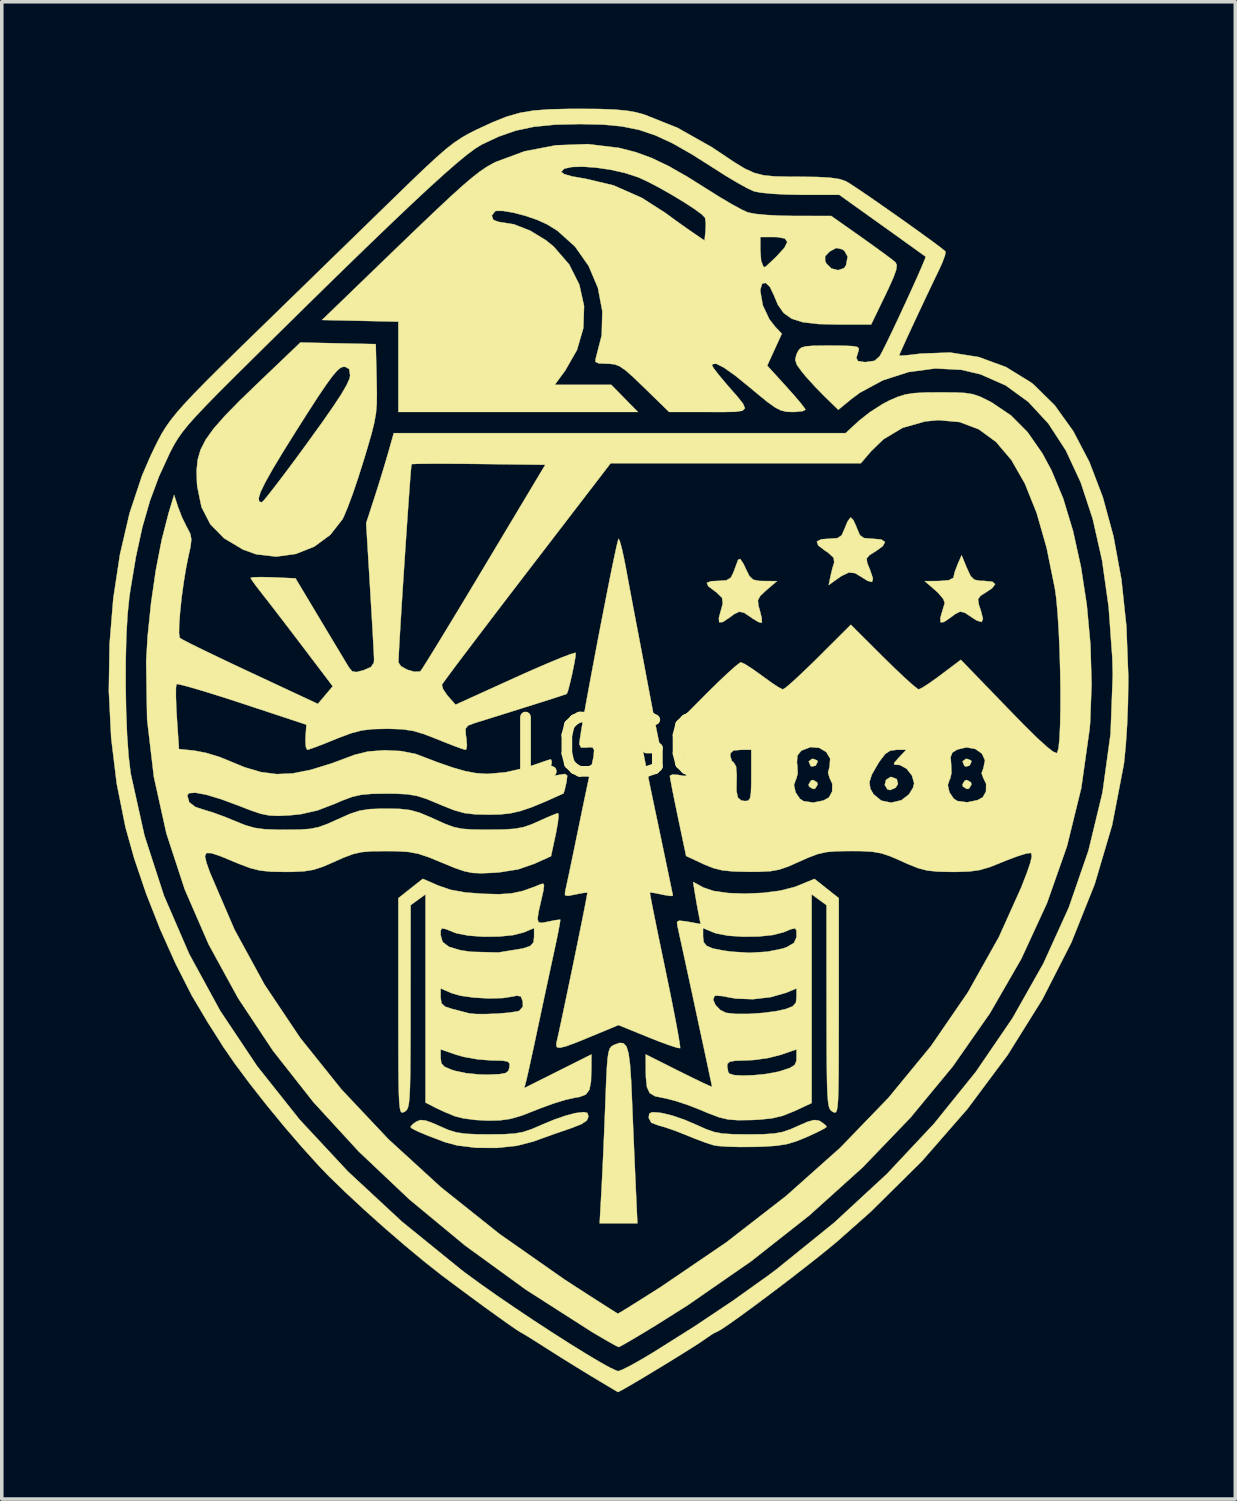
<source format=kicad_pcb>
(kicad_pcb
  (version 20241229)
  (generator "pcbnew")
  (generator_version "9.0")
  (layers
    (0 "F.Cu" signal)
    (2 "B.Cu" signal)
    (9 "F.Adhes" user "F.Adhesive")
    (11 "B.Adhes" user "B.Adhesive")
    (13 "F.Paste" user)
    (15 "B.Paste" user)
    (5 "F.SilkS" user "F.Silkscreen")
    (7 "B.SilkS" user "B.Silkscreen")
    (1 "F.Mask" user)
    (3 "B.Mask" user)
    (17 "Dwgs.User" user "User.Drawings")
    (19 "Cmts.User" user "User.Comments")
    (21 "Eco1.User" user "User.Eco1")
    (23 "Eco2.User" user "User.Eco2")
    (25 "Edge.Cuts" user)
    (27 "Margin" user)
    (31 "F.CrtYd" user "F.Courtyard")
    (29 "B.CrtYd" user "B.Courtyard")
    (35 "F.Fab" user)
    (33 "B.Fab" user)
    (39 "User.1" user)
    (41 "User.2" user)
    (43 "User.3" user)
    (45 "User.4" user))
  (footprint "LOGO"
    (layer "F.Cu")
    (at 14.313 17.912)
    (property "Reference" "LOGO" (at 0 0 0) (layer "F.SilkS") (effects (font (size 1.524 1.524) (thickness 0.3))))
    (attr through_hole)
    (fp_poly (pts (xy 5.573 0.999) (xy 5.588 1.058) (xy 5.52 1.171) (xy 5.461 1.185) (xy 5.349 1.118) (xy 5.334 1.058) (xy 5.402 0.946) (xy 5.461 0.931) (xy 5.573 0.999)) (stroke (width 0.01) (type solid)) (fill yes) (layer "F.SilkS"))
    (fp_poly (pts (xy 5.574 0.382) (xy 5.588 0.418) (xy 5.532 0.529) (xy 5.423 0.555) (xy 5.388 0.534) (xy 5.337 0.411) (xy 5.427 0.341) (xy 5.461 0.339) (xy 5.574 0.382)) (stroke (width 0.01) (type solid)) (fill yes) (layer "F.SilkS"))
    (fp_poly (pts (xy 9.891 0.999) (xy 9.906 1.058) (xy 9.838 1.171) (xy 9.779 1.185) (xy 9.667 1.118) (xy 9.652 1.058) (xy 9.72 0.946) (xy 9.779 0.931) (xy 9.891 0.999)) (stroke (width 0.01) (type solid)) (fill yes) (layer "F.SilkS"))
    (fp_poly (pts (xy 9.892 0.382) (xy 9.906 0.418) (xy 9.85 0.529) (xy 9.741 0.555) (xy 9.706 0.534) (xy 9.655 0.411) (xy 9.745 0.341) (xy 9.779 0.339) (xy 9.892 0.382)) (stroke (width 0.01) (type solid)) (fill yes) (layer "F.SilkS"))
    (fp_poly (pts (xy 7.809 0.906) (xy 7.842 1.042) (xy 7.778 1.148) (xy 7.621 1.216) (xy 7.544 1.191) (xy 7.471 1.069) (xy 7.508 0.928) (xy 7.63 0.848) (xy 7.655 0.847) (xy 7.809 0.906)) (stroke (width 0.01) (type solid)) (fill yes) (layer "F.SilkS"))
    (fp_poly (pts (xy 0.141 8.322) (xy 0.222 8.414) (xy 0.28 8.605) (xy 0.321 8.914) (xy 0.352 9.36) (xy 0.372 9.802) (xy 0.396 10.383) (xy 0.423 11.022) (xy 0.45 11.646) (xy 0.474 12.184) (xy 0.477 12.255) (xy 0.528 13.377) (xy -0.531 13.377) (xy -0.478 12.425) (xy -0.457 12.004) (xy -0.432 11.469) (xy -0.406 10.874) (xy -0.382 10.275) (xy -0.37 9.962) (xy -0.349 9.423) (xy -0.33 9.028) (xy -0.309 8.754) (xy -0.282 8.575) (xy -0.246 8.467) (xy -0.195 8.406) (xy -0.127 8.367) (xy -0.117 8.362) (xy 0.03 8.311) (xy 0.141 8.322)) (stroke (width 0.01) (type solid)) (fill yes) (layer "F.SilkS"))
    (fp_poly (pts (xy 9.777 -5.016) (xy 9.88 -4.795) (xy 9.986 -4.69) (xy 10.152 -4.658) (xy 10.254 -4.657) (xy 10.493 -4.633) (xy 10.57 -4.564) (xy 10.484 -4.451) (xy 10.329 -4.347) (xy 10.157 -4.237) (xy 10.09 -4.141) (xy 10.111 -3.994) (xy 10.17 -3.818) (xy 10.228 -3.591) (xy 10.189 -3.502) (xy 10.048 -3.547) (xy 9.919 -3.631) (xy 9.721 -3.763) (xy 9.589 -3.795) (xy 9.454 -3.73) (xy 9.336 -3.641) (xy 9.135 -3.503) (xy 9.037 -3.493) (xy 9.033 -3.615) (xy 9.056 -3.704) (xy 9.117 -3.91) (xy 9.156 -4.037) (xy 9.115 -4.148) (xy 8.978 -4.312) (xy 8.89 -4.394) (xy 8.594 -4.65) (xy 8.996 -4.653) (xy 9.272 -4.677) (xy 9.396 -4.741) (xy 9.402 -4.763) (xy 9.437 -4.91) (xy 9.516 -5.118) (xy 9.517 -5.122) (xy 9.629 -5.376) (xy 9.777 -5.016)) (stroke (width 0.01) (type solid)) (fill yes) (layer "F.SilkS"))
    (fp_poly (pts (xy -0.874 10.278) (xy -0.847 10.368) (xy -0.847 10.383) (xy -0.891 10.49) (xy -1.042 10.591) (xy -1.328 10.704) (xy -1.376 10.72) (xy -1.756 10.851) (xy -2.162 10.995) (xy -2.39 11.079) (xy -2.858 11.199) (xy -3.414 11.259) (xy -3.992 11.256) (xy -4.528 11.191) (xy -4.868 11.099) (xy -5.329 10.925) (xy -5.638 10.796) (xy -5.804 10.71) (xy -5.842 10.67) (xy -5.779 10.595) (xy -5.678 10.521) (xy -5.559 10.476) (xy -5.408 10.492) (xy -5.178 10.578) (xy -5.021 10.649) (xy -4.775 10.756) (xy -4.552 10.824) (xy -4.302 10.861) (xy -3.973 10.877) (xy -3.641 10.88) (xy -3.224 10.875) (xy -2.921 10.856) (xy -2.678 10.812) (xy -2.44 10.732) (xy -2.152 10.608) (xy -1.808 10.465) (xy -1.469 10.348) (xy -1.209 10.281) (xy -1.2 10.28) (xy -0.976 10.253) (xy -0.874 10.278)) (stroke (width 0.01) (type solid)) (fill yes) (layer "F.SilkS"))
    (fp_poly (pts (xy 3.506 -5.135) (xy 3.562 -5.016) (xy 3.669 -4.796) (xy 3.779 -4.69) (xy 3.951 -4.656) (xy 4.082 -4.653) (xy 4.445 -4.65) (xy 4.155 -4.402) (xy 3.979 -4.239) (xy 3.911 -4.114) (xy 3.927 -3.956) (xy 3.962 -3.838) (xy 4.014 -3.627) (xy 4.024 -3.496) (xy 4.018 -3.482) (xy 3.931 -3.5) (xy 3.768 -3.597) (xy 3.728 -3.626) (xy 3.526 -3.762) (xy 3.388 -3.793) (xy 3.241 -3.723) (xy 3.133 -3.641) (xy 2.926 -3.502) (xy 2.823 -3.495) (xy 2.816 -3.618) (xy 2.827 -3.662) (xy 2.891 -3.896) (xy 2.924 -4.022) (xy 2.906 -4.18) (xy 2.748 -4.336) (xy 2.712 -4.36) (xy 2.515 -4.51) (xy 2.477 -4.603) (xy 2.599 -4.648) (xy 2.796 -4.657) (xy 3.026 -4.673) (xy 3.15 -4.746) (xy 3.222 -4.889) (xy 3.302 -5.106) (xy 3.356 -5.249) (xy 3.413 -5.273) (xy 3.506 -5.135)) (stroke (width 0.01) (type solid)) (fill yes) (layer "F.SilkS"))
    (fp_poly (pts (xy 6.59 -6.363) (xy 6.672 -6.185) (xy 6.689 -6.138) (xy 6.771 -5.944) (xy 6.885 -5.86) (xy 7.098 -5.842) (xy 7.114 -5.842) (xy 7.377 -5.818) (xy 7.478 -5.748) (xy 7.416 -5.633) (xy 7.24 -5.504) (xy 7.042 -5.379) (xy 6.963 -5.285) (xy 6.98 -5.158) (xy 7.062 -4.957) (xy 7.139 -4.724) (xy 7.114 -4.626) (xy 6.985 -4.66) (xy 6.854 -4.744) (xy 6.638 -4.874) (xy 6.464 -4.893) (xy 6.264 -4.798) (xy 6.159 -4.726) (xy 5.899 -4.541) (xy 5.949 -4.789) (xy 6.004 -5.019) (xy 6.053 -5.176) (xy 6.036 -5.307) (xy 5.875 -5.455) (xy 5.804 -5.5) (xy 5.603 -5.653) (xy 5.565 -5.762) (xy 5.691 -5.825) (xy 5.925 -5.842) (xy 6.145 -5.858) (xy 6.263 -5.937) (xy 6.345 -6.124) (xy 6.35 -6.138) (xy 6.431 -6.331) (xy 6.507 -6.431) (xy 6.519 -6.435) (xy 6.59 -6.363)) (stroke (width 0.01) (type solid)) (fill yes) (layer "F.SilkS"))
    (fp_poly (pts (xy 1.129 10.268) (xy 1.23 10.283) (xy 1.506 10.35) (xy 1.854 10.47) (xy 2.182 10.61) (xy 2.456 10.733) (xy 2.683 10.812) (xy 2.917 10.856) (xy 3.213 10.875) (xy 3.622 10.88) (xy 3.641 10.88) (xy 4.063 10.875) (xy 4.368 10.855) (xy 4.607 10.811) (xy 4.831 10.734) (xy 5.021 10.649) (xy 5.307 10.525) (xy 5.491 10.475) (xy 5.62 10.492) (xy 5.678 10.521) (xy 5.806 10.618) (xy 5.841 10.667) (xy 5.769 10.719) (xy 5.579 10.817) (xy 5.311 10.941) (xy 5.27 10.959) (xy 4.975 11.078) (xy 4.712 11.155) (xy 4.423 11.199) (xy 4.05 11.223) (xy 3.81 11.23) (xy 3.41 11.233) (xy 3.048 11.223) (xy 2.774 11.203) (xy 2.667 11.184) (xy 2.452 11.115) (xy 2.155 11.004) (xy 1.905 10.902) (xy 1.59 10.778) (xy 1.294 10.676) (xy 1.122 10.629) (xy 0.917 10.551) (xy 0.848 10.42) (xy 0.847 10.398) (xy 0.863 10.295) (xy 0.943 10.256) (xy 1.129 10.268)) (stroke (width 0.01) (type solid)) (fill yes) (layer "F.SilkS"))
    (fp_poly (pts (xy -7.874 -11.325) (xy -6.816 -11.303) (xy -6.792 -10.308) (xy -6.785 -9.927) (xy -6.788 -9.626) (xy -6.81 -9.364) (xy -6.857 -9.097) (xy -6.935 -8.784) (xy -7.052 -8.381) (xy -7.16 -8.022) (xy -7.31 -7.549) (xy -7.46 -7.107) (xy -7.599 -6.733) (xy -7.711 -6.465) (xy -7.751 -6.384) (xy -8.095 -5.947) (xy -8.541 -5.62) (xy -9.058 -5.414) (xy -9.612 -5.338) (xy -10.17 -5.403) (xy -10.541 -5.535) (xy -11.074 -5.854) (xy -11.459 -6.246) (xy -11.706 -6.726) (xy -11.758 -6.975) (xy -10.103 -6.975) (xy -10.087 -6.884) (xy -10.014 -6.861) (xy -9.948 -6.928) (xy -9.798 -7.113) (xy -9.577 -7.398) (xy -9.3 -7.764) (xy -8.982 -8.192) (xy -8.742 -8.521) (xy -8.327 -9.096) (xy -8.01 -9.551) (xy -7.78 -9.9) (xy -7.631 -10.157) (xy -7.552 -10.333) (xy -7.535 -10.423) (xy -7.561 -10.601) (xy -7.664 -10.663) (xy -7.726 -10.666) (xy -7.802 -10.641) (xy -7.901 -10.558) (xy -8.033 -10.403) (xy -8.211 -10.159) (xy -8.445 -9.813) (xy -8.745 -9.348) (xy -9.044 -8.878) (xy -9.426 -8.266) (xy -9.717 -7.781) (xy -9.923 -7.412) (xy -10.05 -7.148) (xy -10.103 -6.975) (xy -11.758 -6.975) (xy -11.827 -7.312) (xy -11.835 -7.417) (xy -11.844 -7.756) (xy -11.815 -8.055) (xy -11.735 -8.335) (xy -11.59 -8.619) (xy -11.368 -8.929) (xy -11.055 -9.286) (xy -10.638 -9.712) (xy -10.176 -10.159) (xy -8.932 -11.348) (xy -7.874 -11.325)) (stroke (width 0.01) (type solid)) (fill yes) (layer "F.SilkS"))
    (fp_poly (pts (xy 0.037 -5.764) (xy 0.094 -5.556) (xy 0.16 -5.251) (xy 0.206 -5.016) (xy 0.295 -4.533) (xy 0.397 -3.99) (xy 0.492 -3.489) (xy 0.512 -3.387) (xy 0.588 -2.986) (xy 0.684 -2.481) (xy 0.786 -1.937) (xy 0.884 -1.417) (xy 0.888 -1.397) (xy 0.971 -0.959) (xy 1.046 -0.572) (xy 1.107 -0.271) (xy 1.146 -0.091) (xy 1.153 -0.065) (xy 1.158 0.033) (xy 1.063 0.051) (xy 0.937 0.031) (xy 0.758 0.017) (xy 0.678 0.053) (xy 0.677 0.058) (xy 0.694 0.159) (xy 0.741 0.403) (xy 0.814 0.765) (xy 0.908 1.221) (xy 1.018 1.748) (xy 1.101 2.142) (xy 1.218 2.701) (xy 1.323 3.203) (xy 1.411 3.625) (xy 1.477 3.943) (xy 1.516 4.135) (xy 1.524 4.182) (xy 1.451 4.187) (xy 1.27 4.158) (xy 1.209 4.144) (xy 1.003 4.103) (xy 0.887 4.088) (xy 0.878 4.09) (xy 0.891 4.174) (xy 0.934 4.401) (xy 1.003 4.75) (xy 1.094 5.199) (xy 1.203 5.726) (xy 1.315 6.264) (xy 1.435 6.845) (xy 1.54 7.369) (xy 1.626 7.815) (xy 1.688 8.161) (xy 1.723 8.383) (xy 1.728 8.46) (xy 1.638 8.446) (xy 1.427 8.378) (xy 1.126 8.268) (xy 0.843 8.155) (xy -0.004 7.811) (xy -0.785 8.136) (xy -1.198 8.305) (xy -1.479 8.408) (xy -1.65 8.449) (xy -1.733 8.431) (xy -1.75 8.358) (xy -1.736 8.276) (xy -1.686 8.057) (xy -1.614 7.725) (xy -1.526 7.307) (xy -1.426 6.831) (xy -1.32 6.323) (xy -1.214 5.809) (xy -1.114 5.318) (xy -1.024 4.875) (xy -0.951 4.507) (xy -0.9 4.241) (xy -0.876 4.105) (xy -0.875 4.092) (xy -0.961 4.097) (xy -1.151 4.132) (xy -1.216 4.146) (xy -1.422 4.185) (xy -1.504 4.166) (xy -1.502 4.072) (xy -1.493 4.036) (xy -1.462 3.894) (xy -1.403 3.619) (xy -1.324 3.24) (xy -1.23 2.789) (xy -1.153 2.413) (xy -1.049 1.91) (xy -0.951 1.436) (xy -0.865 1.028) (xy -0.799 0.724) (xy -0.77 0.593) (xy -0.703 0.279) (xy -0.686 0.097) (xy -0.727 0.019) (xy -0.832 0.011) (xy -0.889 0.021) (xy -1.054 0.021) (xy -1.102 -0.075) (xy -1.087 -0.206) (xy -1.045 -0.473) (xy -0.98 -0.852) (xy -0.896 -1.321) (xy -0.797 -1.856) (xy -0.689 -2.434) (xy -0.576 -3.032) (xy -0.461 -3.627) (xy -0.35 -4.196) (xy -0.247 -4.716) (xy -0.156 -5.164) (xy -0.081 -5.516) (xy -0.028 -5.749) (xy -0.000016 -5.841) (xy 0.001 -5.842) (xy 0.037 -5.764)) (stroke (width 0.01) (type solid)) (fill yes) (layer "F.SilkS"))
    (fp_poly (pts (xy 5.84 3.978) (xy 6.181 4.248) (xy 6.181 7.291) (xy 6.18 8.089) (xy 6.179 8.732) (xy 6.176 9.238) (xy 6.17 9.622) (xy 6.161 9.9) (xy 6.147 10.088) (xy 6.127 10.201) (xy 6.101 10.256) (xy 6.067 10.267) (xy 6.025 10.252) (xy 6.011 10.245) (xy 5.966 10.215) (xy 5.929 10.167) (xy 5.9 10.084) (xy 5.879 9.95) (xy 5.863 9.745) (xy 5.852 9.453) (xy 5.846 9.057) (xy 5.842 8.54) (xy 5.84 7.883) (xy 5.839 7.3) (xy 5.837 4.445) (xy 5.419 4.141) (xy 5.419 10) (xy 4.932 10.227) (xy 4.614 10.355) (xy 4.297 10.431) (xy 3.91 10.468) (xy 3.725 10.476) (xy 3.352 10.481) (xy 3.072 10.46) (xy 2.814 10.398) (xy 2.507 10.281) (xy 2.328 10.205) (xy 1.961 10.06) (xy 1.598 9.94) (xy 1.306 9.865) (xy 1.256 9.857) (xy 1.02 9.808) (xy 0.874 9.72) (xy 0.797 9.556) (xy 0.767 9.28) (xy 0.763 9.037) (xy 0.762 8.635) (xy 1.693 9.102) (xy 2.048 9.278) (xy 2.341 9.42) (xy 2.543 9.513) (xy 2.624 9.545) (xy 2.625 9.544) (xy 2.608 9.46) (xy 2.56 9.237) (xy 2.502 8.961) (xy 3.048 8.961) (xy 3.076 9.122) (xy 3.104 9.172) (xy 3.238 9.215) (xy 3.488 9.229) (xy 3.808 9.217) (xy 4.147 9.182) (xy 4.458 9.125) (xy 4.557 9.098) (xy 4.813 9.013) (xy 4.944 8.931) (xy 4.991 8.819) (xy 4.995 8.73) (xy 4.995 8.493) (xy 4.551 8.646) (xy 4.206 8.734) (xy 3.805 8.791) (xy 3.577 8.803) (xy 3.284 8.811) (xy 3.123 8.839) (xy 3.058 8.897) (xy 3.048 8.961) (xy 2.502 8.961) (xy 2.489 8.899) (xy 2.398 8.475) (xy 2.293 7.989) (xy 2.181 7.467) (xy 2.102 7.097) (xy 2.655 7.097) (xy 2.719 7.246) (xy 2.854 7.387) (xy 3.015 7.467) (xy 3.283 7.497) (xy 3.653 7.497) (xy 4.061 7.469) (xy 4.443 7.417) (xy 4.678 7.365) (xy 4.888 7.285) (xy 4.978 7.179) (xy 4.995 7.028) (xy 4.995 6.782) (xy 4.705 6.903) (xy 4.271 7.027) (xy 3.771 7.085) (xy 3.294 7.068) (xy 3.137 7.04) (xy 2.898 6.996) (xy 2.731 6.985) (xy 2.696 6.993) (xy 2.655 7.097) (xy 2.102 7.097) (xy 2.067 6.936) (xy 1.956 6.422) (xy 1.854 5.95) (xy 1.766 5.546) (xy 1.719 5.333) (xy 2.371 5.333) (xy 2.39 5.483) (xy 2.47 5.586) (xy 2.639 5.659) (xy 2.929 5.717) (xy 3.172 5.751) (xy 3.68 5.782) (xy 4.18 5.751) (xy 4.607 5.664) (xy 4.72 5.624) (xy 4.921 5.507) (xy 4.993 5.348) (xy 4.995 5.296) (xy 4.992 5.15) (xy 4.953 5.095) (xy 4.837 5.121) (xy 4.627 5.207) (xy 4.332 5.283) (xy 3.933 5.325) (xy 3.494 5.331) (xy 3.077 5.303) (xy 2.743 5.239) (xy 2.664 5.211) (xy 2.371 5.089) (xy 2.371 5.333) (xy 1.719 5.333) (xy 1.699 5.238) (xy 1.657 5.049) (xy 1.652 5.028) (xy 1.64 4.918) (xy 1.701 4.88) (xy 1.874 4.898) (xy 1.957 4.912) (xy 2.303 4.976) (xy 2.25 4.71) (xy 2.199 4.439) (xy 2.148 4.139) (xy 2.145 4.119) (xy 2.092 3.793) (xy 2.38 3.95) (xy 2.672 4.048) (xy 3.081 4.105) (xy 3.559 4.122) (xy 4.058 4.1) (xy 4.53 4.039) (xy 4.927 3.939) (xy 5.014 3.907) (xy 5.499 3.708) (xy 5.84 3.978)) (stroke (width 0.01) (type solid)) (fill yes) (layer "F.SilkS"))
    (fp_poly (pts (xy -5.055 3.897) (xy -4.714 4.014) (xy -4.305 4.088) (xy -3.81 4.126) (xy -3.358 4.138) (xy -3.007 4.115) (xy -2.69 4.047) (xy -2.342 3.922) (xy -2.19 3.858) (xy -2.117 3.841) (xy -2.092 3.892) (xy -2.112 4.045) (xy -2.168 4.292) (xy -2.245 4.629) (xy -2.274 4.831) (xy -2.247 4.925) (xy -2.154 4.942) (xy -1.986 4.91) (xy -1.971 4.906) (xy -1.764 4.865) (xy -1.646 4.852) (xy -1.637 4.854) (xy -1.646 4.939) (xy -1.686 5.156) (xy -1.75 5.472) (xy -1.83 5.844) (xy -1.934 6.327) (xy -2.057 6.9) (xy -2.182 7.487) (xy -2.283 7.959) (xy -2.376 8.399) (xy -2.463 8.798) (xy -2.533 9.117) (xy -2.579 9.317) (xy -2.585 9.341) (xy -2.646 9.579) (xy -1.704 9.107) (xy -0.762 8.635) (xy -0.763 9.037) (xy -0.775 9.4) (xy -0.82 9.629) (xy -0.919 9.76) (xy -1.094 9.828) (xy -1.236 9.852) (xy -1.489 9.909) (xy -1.834 10.015) (xy -2.209 10.152) (xy -2.331 10.201) (xy -2.724 10.354) (xy -3.034 10.444) (xy -3.328 10.485) (xy -3.663 10.493) (xy -4.019 10.474) (xy -4.353 10.43) (xy -4.58 10.375) (xy -4.869 10.257) (xy -5.145 10.128) (xy -5.151 10.124) (xy -5.419 9.986) (xy -5.419 8.731) (xy -4.995 8.731) (xy -4.976 8.881) (xy -4.889 8.979) (xy -4.692 9.063) (xy -4.593 9.095) (xy -4.281 9.161) (xy -3.901 9.199) (xy -3.641 9.203) (xy -3.342 9.189) (xy -3.173 9.158) (xy -3.093 9.098) (xy -3.063 8.996) (xy -3.06 8.892) (xy -3.113 8.835) (xy -3.257 8.81) (xy -3.53 8.803) (xy -3.571 8.803) (xy -3.95 8.774) (xy -4.343 8.704) (xy -4.551 8.646) (xy -4.995 8.493) (xy -4.995 8.731) (xy -5.419 8.731) (xy -5.419 7.028) (xy -4.995 7.028) (xy -4.972 7.197) (xy -4.871 7.293) (xy -4.678 7.356) (xy -4.422 7.422) (xy -4.212 7.477) (xy -4.191 7.482) (xy -4.004 7.501) (xy -3.714 7.502) (xy -3.382 7.488) (xy -3.07 7.462) (xy -2.84 7.426) (xy -2.785 7.41) (xy -2.686 7.291) (xy -2.689 7.151) (xy -2.742 7.007) (xy -2.858 6.985) (xy -2.952 7.007) (xy -3.253 7.053) (xy -3.644 7.063) (xy -4.06 7.04) (xy -4.433 6.988) (xy -4.678 6.918) (xy -4.995 6.782) (xy -4.995 7.028) (xy -5.419 7.028) (xy -5.419 5.289) (xy -4.995 5.289) (xy -4.94 5.477) (xy -4.762 5.614) (xy -4.445 5.709) (xy -4.151 5.754) (xy -3.377 5.774) (xy -2.688 5.661) (xy -2.478 5.591) (xy -2.388 5.49) (xy -2.371 5.335) (xy -2.371 5.089) (xy -2.664 5.211) (xy -2.958 5.286) (xy -3.356 5.326) (xy -3.794 5.331) (xy -4.213 5.3) (xy -4.548 5.235) (xy -4.627 5.207) (xy -4.851 5.116) (xy -4.959 5.096) (xy -4.993 5.156) (xy -4.995 5.289) (xy -5.419 5.289) (xy -5.419 4.141) (xy -5.628 4.293) (xy -5.837 4.445) (xy -5.839 7.3) (xy -5.84 8.07) (xy -5.843 8.689) (xy -5.847 9.173) (xy -5.855 9.54) (xy -5.867 9.807) (xy -5.884 9.991) (xy -5.907 10.111) (xy -5.938 10.182) (xy -5.977 10.224) (xy -6.011 10.245) (xy -6.056 10.265) (xy -6.092 10.263) (xy -6.12 10.223) (xy -6.141 10.129) (xy -6.157 9.965) (xy -6.168 9.715) (xy -6.175 9.364) (xy -6.179 8.896) (xy -6.18 8.295) (xy -6.181 7.545) (xy -6.181 7.291) (xy -6.181 4.248) (xy -5.839 3.977) (xy -5.496 3.706) (xy -5.055 3.897)) (stroke (width 0.01) (type solid)) (fill yes) (layer "F.SilkS"))
    (fp_poly (pts (xy 0.019 -16.81) (xy 0.028 -16.808) (xy 0.482 -16.691) (xy 0.928 -16.528) (xy 1.401 -16.302) (xy 1.938 -15.996) (xy 2.455 -15.671) (xy 2.825 -15.439) (xy 3.171 -15.234) (xy 3.454 -15.08) (xy 3.632 -14.998) (xy 3.83 -14.96) (xy 4.152 -14.928) (xy 4.551 -14.908) (xy 4.944 -14.901) (xy 5.969 -14.9) (xy 6.816 -14.303) (xy 7.153 -14.062) (xy 7.446 -13.849) (xy 7.663 -13.687) (xy 7.772 -13.599) (xy 7.809 -13.523) (xy 7.794 -13.394) (xy 7.72 -13.184) (xy 7.578 -12.867) (xy 7.485 -12.672) (xy 7.089 -11.853) (xy 6.166 -11.853) (xy 5.598 -11.867) (xy 5.171 -11.918) (xy 4.858 -12.017) (xy 4.634 -12.176) (xy 4.471 -12.408) (xy 4.359 -12.678) (xy 4.246 -12.912) (xy 4.128 -13.022) (xy 4.03 -13.001) (xy 3.981 -12.84) (xy 3.979 -12.788) (xy 4.048 -12.393) (xy 4.232 -12.002) (xy 4.398 -11.788) (xy 4.582 -11.595) (xy 4.377 -11.147) (xy 4.172 -10.699) (xy 4.707 -10.112) (xy 4.94 -9.85) (xy 5.123 -9.634) (xy 5.229 -9.494) (xy 5.246 -9.461) (xy 5.172 -9.423) (xy 4.983 -9.401) (xy 4.874 -9.398) (xy 4.705 -9.406) (xy 4.555 -9.443) (xy 4.391 -9.527) (xy 4.181 -9.677) (xy 3.894 -9.911) (xy 3.698 -10.075) (xy 3.276 -10.418) (xy 2.955 -10.645) (xy 2.74 -10.753) (xy 2.635 -10.741) (xy 2.625 -10.699) (xy 2.677 -10.614) (xy 2.814 -10.437) (xy 3.012 -10.201) (xy 3.075 -10.127) (xy 3.333 -9.833) (xy 3.494 -9.63) (xy 3.547 -9.503) (xy 3.479 -9.433) (xy 3.277 -9.403) (xy 2.929 -9.397) (xy 2.535 -9.398) (xy 1.419 -9.398) (xy 0.725 -10.075) (xy 0.419 -10.369) (xy 0.2 -10.563) (xy 0.036 -10.678) (xy -0.106 -10.734) (xy -0.259 -10.752) (xy -0.332 -10.753) (xy -0.558 -10.763) (xy -0.649 -10.805) (xy -0.643 -10.891) (xy -0.473 -11.554) (xy -0.456 -12.228) (xy -0.581 -12.885) (xy -0.841 -13.498) (xy -1.223 -14.042) (xy -1.72 -14.488) (xy -2.008 -14.666) (xy -2.289 -14.793) (xy -2.62 -14.906) (xy -2.952 -14.993) (xy -3.239 -15.042) (xy -3.433 -15.043) (xy -3.47 -15.029) (xy -3.559 -14.908) (xy -3.514 -14.788) (xy -3.359 -14.732) (xy -3.354 -14.732) (xy -2.936 -14.666) (xy -2.478 -14.486) (xy -2.036 -14.216) (xy -1.82 -14.04) (xy -1.386 -13.538) (xy -1.102 -12.974) (xy -0.969 -12.372) (xy -0.989 -11.754) (xy -1.166 -11.142) (xy -1.497 -10.562) (xy -1.792 -10.16) (xy -0.205 -10.16) (xy 0.169 -9.779) (xy 0.543 -9.398) (xy -6.181 -9.398) (xy -6.181 -11.933) (xy -7.252 -11.957) (xy -8.324 -11.98) (xy -6.166 -14.065) (xy -5.572 -14.636) (xy -5.083 -15.101) (xy -4.685 -15.473) (xy -4.362 -15.764) (xy -4.099 -15.987) (xy -3.904 -16.138) (xy -1.609 -16.138) (xy -1.529 -16.075) (xy -1.306 -16.011) (xy -0.967 -15.952) (xy -0.944 -15.949) (xy -0.141 -15.759) (xy 0.652 -15.409) (xy 1.304 -14.992) (xy 1.603 -14.774) (xy 1.901 -14.561) (xy 2.094 -14.427) (xy 2.413 -14.21) (xy 2.423 -14.309) (xy 3.979 -14.309) (xy 3.979 -13.942) (xy 4.001 -13.642) (xy 4.062 -13.483) (xy 4.107 -13.462) (xy 4.171 -13.515) (xy 4.317 -13.652) (xy 4.432 -13.762) (xy 4.436 -13.767) (xy 5.797 -13.767) (xy 5.798 -13.637) (xy 5.834 -13.562) (xy 5.975 -13.425) (xy 6.162 -13.379) (xy 6.325 -13.432) (xy 6.383 -13.511) (xy 6.43 -13.758) (xy 6.339 -13.922) (xy 6.273 -13.966) (xy 6.108 -14.001) (xy 5.929 -13.904) (xy 5.923 -13.9) (xy 5.797 -13.767) (xy 4.436 -13.767) (xy 4.656 -14.007) (xy 4.735 -14.171) (xy 4.668 -14.268) (xy 4.454 -14.307) (xy 4.36 -14.309) (xy 3.979 -14.309) (xy 2.423 -14.309) (xy 2.44 -14.479) (xy 2.448 -14.7) (xy 2.428 -14.85) (xy 2.336 -14.946) (xy 2.127 -15.098) (xy 1.837 -15.287) (xy 1.501 -15.49) (xy 1.153 -15.688) (xy 0.827 -15.859) (xy 0.559 -15.982) (xy 0.542 -15.989) (xy 0.179 -16.107) (xy -0.22 -16.197) (xy -0.623 -16.256) (xy -0.996 -16.283) (xy -1.307 -16.275) (xy -1.522 -16.229) (xy -1.608 -16.145) (xy -1.609 -16.138) (xy -3.904 -16.138) (xy -3.881 -16.155) (xy -3.694 -16.282) (xy -3.522 -16.379) (xy -3.444 -16.418) (xy -2.637 -16.716) (xy -1.761 -16.884) (xy -0.86 -16.917) (xy 0.019 -16.81)) (stroke (width 0.01) (type solid)) (fill yes) (layer "F.SilkS"))
    (fp_poly (pts (xy -0.541 -17.903) (xy -0.113 -17.887) (xy 0.218 -17.857) (xy 0.489 -17.81) (xy 0.72 -17.747) (xy 1.655 -17.374) (xy 2.608 -16.836) (xy 2.832 -16.688) (xy 3.231 -16.42) (xy 3.538 -16.232) (xy 3.799 -16.112) (xy 4.063 -16.043) (xy 4.376 -16.011) (xy 4.786 -16.002) (xy 5.055 -16.001) (xy 5.574 -15.995) (xy 5.951 -15.973) (xy 6.212 -15.933) (xy 6.382 -15.874) (xy 6.523 -15.788) (xy 6.764 -15.628) (xy 7.08 -15.413) (xy 7.444 -15.16) (xy 7.83 -14.889) (xy 8.212 -14.618) (xy 8.563 -14.365) (xy 8.858 -14.15) (xy 9.071 -13.99) (xy 9.174 -13.904) (xy 9.178 -13.898) (xy 9.163 -13.797) (xy 9.088 -13.593) (xy 8.989 -13.375) (xy 8.843 -13.073) (xy 8.671 -12.711) (xy 8.486 -12.319) (xy 8.303 -11.928) (xy 8.136 -11.569) (xy 8 -11.271) (xy 7.908 -11.066) (xy 7.874 -10.983) (xy 7.951 -10.98) (xy 8.153 -10.997) (xy 8.44 -11.031) (xy 8.477 -11.036) (xy 9.306 -11.067) (xy 10.114 -10.939) (xy 10.876 -10.658) (xy 11.568 -10.232) (xy 11.655 -10.164) (xy 12.243 -9.585) (xy 12.763 -8.859) (xy 13.214 -7.997) (xy 13.592 -7.008) (xy 13.893 -5.903) (xy 14.115 -4.691) (xy 14.254 -3.384) (xy 14.307 -1.99) (xy 14.307 -1.826) (xy 14.298 -1.225) (xy 14.274 -0.614) (xy 14.237 -0.049) (xy 14.192 0.415) (xy 14.179 0.508) (xy 13.854 2.198) (xy 13.363 3.86) (xy 12.71 5.492) (xy 11.895 7.089) (xy 10.923 8.647) (xy 9.794 10.163) (xy 8.513 11.631) (xy 7.08 13.049) (xy 6.129 13.891) (xy 5.83 14.138) (xy 5.464 14.43) (xy 5.054 14.751) (xy 4.62 15.085) (xy 4.184 15.414) (xy 3.77 15.723) (xy 3.397 15.995) (xy 3.09 16.213) (xy 2.868 16.362) (xy 2.755 16.424) (xy 2.749 16.425) (xy 2.655 16.471) (xy 2.483 16.585) (xy 2.429 16.625) (xy 2.277 16.728) (xy 2.028 16.888) (xy 1.71 17.087) (xy 1.353 17.307) (xy 0.986 17.53) (xy 0.638 17.74) (xy 0.337 17.917) (xy 0.112 18.046) (xy -0.006 18.108) (xy -0.017 18.111) (xy -0.096 18.066) (xy -0.287 17.953) (xy -0.558 17.791) (xy -0.765 17.666) (xy -1.165 17.422) (xy -1.595 17.155) (xy -1.978 16.913) (xy -2.077 16.85) (xy -2.36 16.67) (xy -2.591 16.526) (xy -2.731 16.443) (xy -2.75 16.434) (xy -2.857 16.367) (xy -3.076 16.217) (xy -3.382 15.999) (xy -3.751 15.733) (xy -4.158 15.434) (xy -4.58 15.122) (xy -4.953 14.843) (xy -5.435 14.464) (xy -5.984 14.009) (xy -6.564 13.509) (xy -7.139 12.995) (xy -7.673 12.499) (xy -8.132 12.053) (xy -8.377 11.8) (xy -8.875 11.251) (xy -9.388 10.655) (xy -9.892 10.041) (xy -10.363 9.441) (xy -10.776 8.886) (xy -11.106 8.407) (xy -11.218 8.228) (xy -11.315 8.074) (xy -11.459 7.849) (xy -11.524 7.748) (xy -11.979 6.982) (xy -12.432 6.092) (xy -12.866 5.124) (xy -13.26 4.123) (xy -13.596 3.133) (xy -13.842 2.254) (xy -14.087 1.032) (xy -14.242 -0.248) (xy -14.308 -1.56) (xy -14.306 -1.717) (xy -13.836 -1.717) (xy -13.823 -1.003) (xy -13.796 -0.33) (xy -13.754 0.258) (xy -13.698 0.723) (xy -13.692 0.762) (xy -13.308 2.491) (xy -12.762 4.176) (xy -12.052 5.817) (xy -11.181 7.413) (xy -10.147 8.962) (xy -8.953 10.465) (xy -7.597 11.921) (xy -6.082 13.328) (xy -4.407 14.687) (xy -4.276 14.786) (xy -3.871 15.082) (xy -3.407 15.409) (xy -2.904 15.753) (xy -2.383 16.101) (xy -1.864 16.44) (xy -1.37 16.755) (xy -0.921 17.033) (xy -0.538 17.262) (xy -0.241 17.427) (xy -0.053 17.514) (xy -0.008 17.525) (xy 0.108 17.483) (xy 0.334 17.369) (xy 0.637 17.199) (xy 0.966 17.003) (xy 2.132 16.269) (xy 3.227 15.536) (xy 4.214 14.831) (xy 4.43 14.669) (xy 6.051 13.358) (xy 7.527 11.994) (xy 8.854 10.58) (xy 10.031 9.12) (xy 11.056 7.619) (xy 11.925 6.081) (xy 12.638 4.51) (xy 13.191 2.909) (xy 13.583 1.283) (xy 13.81 -0.364) (xy 13.872 -2.027) (xy 13.859 -2.498) (xy 13.756 -3.926) (xy 13.573 -5.226) (xy 13.31 -6.394) (xy 12.97 -7.426) (xy 12.554 -8.32) (xy 12.064 -9.073) (xy 11.501 -9.682) (xy 10.867 -10.143) (xy 10.163 -10.454) (xy 9.625 -10.581) (xy 8.889 -10.62) (xy 8.139 -10.519) (xy 7.418 -10.287) (xy 6.771 -9.938) (xy 6.54 -9.766) (xy 6.167 -9.46) (xy 5.786 -9.831) (xy 5.53 -10.092) (xy 5.282 -10.364) (xy 5.156 -10.513) (xy 5.007 -10.717) (xy 4.958 -10.859) (xy 4.99 -11.002) (xy 5.007 -11.042) (xy 5.06 -11.142) (xy 5.131 -11.205) (xy 5.256 -11.241) (xy 5.469 -11.257) (xy 5.804 -11.261) (xy 5.949 -11.261) (xy 6.332 -11.258) (xy 6.574 -11.247) (xy 6.703 -11.222) (xy 6.746 -11.179) (xy 6.734 -11.113) (xy 6.674 -10.917) (xy 6.72 -10.827) (xy 6.899 -10.799) (xy 6.931 -10.798) (xy 7.186 -10.835) (xy 7.328 -10.961) (xy 7.403 -11.097) (xy 7.526 -11.344) (xy 7.684 -11.672) (xy 7.863 -12.051) (xy 8.049 -12.452) (xy 8.23 -12.846) (xy 8.391 -13.203) (xy 8.518 -13.494) (xy 8.598 -13.688) (xy 8.619 -13.757) (xy 8.545 -13.811) (xy 8.356 -13.947) (xy 8.075 -14.148) (xy 7.725 -14.4) (xy 7.394 -14.636) (xy 6.195 -15.494) (xy 5.142 -15.494) (xy 4.707 -15.502) (xy 4.309 -15.523) (xy 3.991 -15.555) (xy 3.801 -15.592) (xy 3.613 -15.679) (xy 3.327 -15.837) (xy 2.986 -16.041) (xy 2.709 -16.218) (xy 2.069 -16.624) (xy 1.524 -16.935) (xy 1.036 -17.162) (xy 0.57 -17.318) (xy 0.09 -17.415) (xy -0.442 -17.465) (xy -1.062 -17.479) (xy -1.101 -17.479) (xy -1.801 -17.462) (xy -2.381 -17.403) (xy -2.889 -17.295) (xy -3.371 -17.126) (xy -3.851 -16.9) (xy -4.019 -16.796) (xy -4.245 -16.629) (xy -4.533 -16.392) (xy -4.891 -16.08) (xy -5.324 -15.687) (xy -5.838 -15.208) (xy -6.439 -14.637) (xy -7.132 -13.97) (xy -7.925 -13.2) (xy -8.821 -12.321) (xy -9.828 -11.33) (xy -10.212 -10.95) (xy -10.77 -10.397) (xy -11.222 -9.946) (xy -11.58 -9.58) (xy -11.86 -9.284) (xy -12.076 -9.042) (xy -12.241 -8.837) (xy -12.371 -8.653) (xy -12.479 -8.474) (xy -12.579 -8.284) (xy -12.594 -8.255) (xy -12.899 -7.592) (xy -13.153 -6.909) (xy -13.366 -6.17) (xy -13.547 -5.34) (xy -13.707 -4.383) (xy -13.734 -4.191) (xy -13.783 -3.712) (xy -13.817 -3.113) (xy -13.834 -2.434) (xy -13.836 -1.717) (xy -14.306 -1.717) (xy -14.288 -2.875) (xy -14.183 -4.165) (xy -13.995 -5.402) (xy -13.726 -6.559) (xy -13.377 -7.608) (xy -13.159 -8.116) (xy -13.041 -8.365) (xy -12.935 -8.581) (xy -12.83 -8.778) (xy -12.714 -8.968) (xy -12.576 -9.163) (xy -12.406 -9.375) (xy -12.193 -9.618) (xy -11.925 -9.904) (xy -11.591 -10.245) (xy -11.181 -10.654) (xy -10.683 -11.143) (xy -10.086 -11.725) (xy -9.379 -12.413) (xy -9.354 -12.438) (xy -8.892 -12.887) (xy -8.348 -13.418) (xy -7.758 -13.992) (xy -7.161 -14.573) (xy -6.596 -15.124) (xy -6.341 -15.372) (xy -5.837 -15.862) (xy -5.433 -16.248) (xy -5.109 -16.548) (xy -4.845 -16.777) (xy -4.622 -16.952) (xy -4.419 -17.089) (xy -4.218 -17.206) (xy -3.997 -17.317) (xy -3.972 -17.329) (xy -3.521 -17.537) (xy -3.137 -17.689) (xy -2.775 -17.793) (xy -2.393 -17.858) (xy -1.948 -17.893) (xy -1.397 -17.906) (xy -1.101 -17.907) (xy -0.541 -17.903)) (stroke (width 0.01) (type solid)) (fill yes) (layer "F.SilkS"))
    (fp_poly (pts (xy 9.432 -9.946) (xy 9.726 -9.932) (xy 9.945 -9.897) (xy 10.139 -9.832) (xy 10.355 -9.727) (xy 10.483 -9.659) (xy 11.014 -9.301) (xy 11.478 -8.835) (xy 11.894 -8.238) (xy 12.153 -7.757) (xy 12.479 -6.973) (xy 12.756 -6.059) (xy 12.979 -5.048) (xy 13.144 -3.972) (xy 13.245 -2.864) (xy 13.277 -1.758) (xy 13.237 -0.686) (xy 13.222 -0.504) (xy 12.988 1.156) (xy 12.588 2.787) (xy 12.026 4.387) (xy 11.304 5.952) (xy 10.423 7.479) (xy 9.385 8.966) (xy 8.194 10.408) (xy 6.852 11.804) (xy 5.36 13.149) (xy 3.72 14.441) (xy 1.937 15.677) (xy 1.063 16.228) (xy 0.695 16.452) (xy 0.38 16.64) (xy 0.145 16.776) (xy 0.018 16.844) (xy 0.004 16.849) (xy -0.084 16.807) (xy -0.283 16.697) (xy -0.559 16.536) (xy -0.762 16.416) (xy -2.603 15.237) (xy -4.308 13.999) (xy -5.872 12.705) (xy -7.294 11.36) (xy -8.571 9.968) (xy -9.7 8.532) (xy -10.679 7.057) (xy -11.506 5.547) (xy -12.177 4.005) (xy -12.691 2.436) (xy -13.044 0.844) (xy -13.234 -0.768) (xy -13.245 -1.428) (xy -12.426 -1.428) (xy -12.415 -1.102) (xy -12.399 -0.823) (xy -12.34 0.063) (xy -11.905 0.108) (xy -11.572 0.172) (xy -11.2 0.286) (xy -11.006 0.364) (xy -10.496 0.575) (xy -10.038 0.71) (xy -9.597 0.767) (xy -9.141 0.746) (xy -8.635 0.645) (xy -8.046 0.463) (xy -7.408 0.225) (xy -7.032 0.132) (xy -6.572 0.097) (xy -6.104 0.12) (xy -5.703 0.199) (xy -5.63 0.225) (xy -5.081 0.435) (xy -4.651 0.584) (xy -4.309 0.682) (xy -4.02 0.737) (xy -3.75 0.758) (xy -3.669 0.76) (xy -3.168 0.715) (xy -2.596 0.585) (xy -2.022 0.387) (xy -2.001 0.379) (xy -1.898 0.353) (xy -1.874 0.425) (xy -1.902 0.579) (xy -1.932 0.758) (xy -1.883 0.817) (xy -1.715 0.796) (xy -1.687 0.79) (xy -1.504 0.762) (xy -1.441 0.809) (xy -1.46 0.973) (xy -1.469 1.018) (xy -1.513 1.21) (xy -1.544 1.307) (xy -1.546 1.309) (xy -2.05 1.536) (xy -2.441 1.697) (xy -2.756 1.804) (xy -3.034 1.867) (xy -3.312 1.897) (xy -3.628 1.905) (xy -3.641 1.905) (xy -4.029 1.896) (xy -4.329 1.86) (xy -4.616 1.78) (xy -4.965 1.641) (xy -5.038 1.61) (xy -5.382 1.467) (xy -5.655 1.379) (xy -5.925 1.333) (xy -6.257 1.316) (xy -6.519 1.314) (xy -6.922 1.32) (xy -7.219 1.346) (xy -7.475 1.404) (xy -7.755 1.508) (xy -7.959 1.597) (xy -8.452 1.786) (xy -8.916 1.891) (xy -9.235 1.924) (xy -9.554 1.939) (xy -9.804 1.928) (xy -10.046 1.879) (xy -10.338 1.78) (xy -10.632 1.665) (xy -11.147 1.474) (xy -11.566 1.347) (xy -11.875 1.289) (xy -12.059 1.301) (xy -12.106 1.365) (xy -12.052 1.556) (xy -11.878 1.689) (xy -11.64 1.767) (xy -11.384 1.845) (xy -11.051 1.967) (xy -10.753 2.089) (xy -10.468 2.204) (xy -10.217 2.275) (xy -9.942 2.313) (xy -9.586 2.327) (xy -9.356 2.328) (xy -8.952 2.324) (xy -8.659 2.303) (xy -8.418 2.254) (xy -8.172 2.165) (xy -7.876 2.032) (xy -7.536 1.881) (xy -7.264 1.792) (xy -6.989 1.749) (xy -6.637 1.736) (xy -6.519 1.736) (xy -6.134 1.743) (xy -5.845 1.777) (xy -5.58 1.852) (xy -5.265 1.984) (xy -5.162 2.032) (xy -4.864 2.166) (xy -4.627 2.253) (xy -4.395 2.301) (xy -4.113 2.322) (xy -3.728 2.327) (xy -3.641 2.327) (xy -3.217 2.321) (xy -2.91 2.3) (xy -2.669 2.255) (xy -2.442 2.177) (xy -2.254 2.094) (xy -1.989 1.975) (xy -1.787 1.891) (xy -1.697 1.863) (xy -1.684 1.938) (xy -1.706 2.138) (xy -1.757 2.421) (xy -1.767 2.468) (xy -1.897 3.072) (xy -2.367 3.284) (xy -2.818 3.44) (xy -3.346 3.524) (xy -3.516 3.536) (xy -3.845 3.55) (xy -4.097 3.54) (xy -4.329 3.493) (xy -4.6 3.4) (xy -4.956 3.253) (xy -5.332 3.099) (xy -5.622 3.003) (xy -5.893 2.952) (xy -6.212 2.931) (xy -6.519 2.928) (xy -6.917 2.932) (xy -7.208 2.956) (xy -7.456 3.012) (xy -7.724 3.113) (xy -7.959 3.218) (xy -8.292 3.363) (xy -8.559 3.451) (xy -8.83 3.495) (xy -9.173 3.511) (xy -9.356 3.512) (xy -9.759 3.505) (xy -10.066 3.473) (xy -10.347 3.402) (xy -10.676 3.277) (xy -10.768 3.239) (xy -11.165 3.074) (xy -11.426 2.986) (xy -11.568 2.98) (xy -11.61 3.067) (xy -11.569 3.252) (xy -11.468 3.535) (xy -10.781 5.131) (xy -9.938 6.676) (xy -8.937 8.171) (xy -7.778 9.618) (xy -6.459 11.017) (xy -4.98 12.369) (xy -3.339 13.677) (xy -1.535 14.941) (xy -1.199 15.16) (xy -0.81 15.411) (xy -0.474 15.626) (xy -0.215 15.791) (xy -0.057 15.89) (xy -0.021 15.912) (xy 0.054 15.871) (xy 0.247 15.753) (xy 0.535 15.573) (xy 0.893 15.347) (xy 1.179 15.166) (xy 3.02 13.913) (xy 4.7 12.61) (xy 6.219 11.257) (xy 7.575 9.853) (xy 8.77 8.399) (xy 9.804 6.894) (xy 10.676 5.339) (xy 11.294 3.966) (xy 11.46 3.542) (xy 11.559 3.251) (xy 11.599 3.074) (xy 11.583 2.991) (xy 11.561 2.979) (xy 11.433 2.999) (xy 11.194 3.073) (xy 10.889 3.188) (xy 10.78 3.233) (xy 10.425 3.375) (xy 10.138 3.459) (xy 9.845 3.5) (xy 9.475 3.512) (xy 9.356 3.512) (xy 8.962 3.504) (xy 8.67 3.474) (xy 8.409 3.407) (xy 8.112 3.288) (xy 7.959 3.218) (xy 7.638 3.078) (xy 7.382 2.991) (xy 7.126 2.946) (xy 6.807 2.928) (xy 6.519 2.926) (xy 6.122 2.931) (xy 5.83 2.956) (xy 5.582 3.013) (xy 5.314 3.115) (xy 5.08 3.22) (xy 4.763 3.36) (xy 4.51 3.447) (xy 4.261 3.492) (xy 3.952 3.508) (xy 3.641 3.509) (xy 3.224 3.499) (xy 2.919 3.469) (xy 2.668 3.408) (xy 2.412 3.306) (xy 2.366 3.284) (xy 1.896 3.065) (xy 1.667 1.977) (xy 1.582 1.566) (xy 1.511 1.214) (xy 1.462 0.955) (xy 1.44 0.823) (xy 1.439 0.815) (xy 1.511 0.778) (xy 1.684 0.79) (xy 1.693 0.792) (xy 1.822 0.817) (xy 1.898 0.812) (xy 1.926 0.749) (xy 1.908 0.598) (xy 1.849 0.332) (xy 1.829 0.247) (xy 3.133 0.247) (xy 3.179 0.398) (xy 3.234 0.443) (xy 3.298 0.551) (xy 3.317 0.81) (xy 3.313 0.914) (xy 3.309 1.236) (xy 3.348 1.424) (xy 3.444 1.508) (xy 3.561 1.524) (xy 3.641 1.509) (xy 3.69 1.444) (xy 3.715 1.294) (xy 3.723 1.073) (xy 4.923 1.073) (xy 4.968 1.277) (xy 5.088 1.457) (xy 5.188 1.524) (xy 5.463 1.566) (xy 5.754 1.507) (xy 5.905 1.422) (xy 5.995 1.255) (xy 5.999 1.038) (xy 5.98 0.996) (xy 7.04 0.996) (xy 7.067 1.177) (xy 7.155 1.33) (xy 7.374 1.511) (xy 7.653 1.568) (xy 7.939 1.499) (xy 8.149 1.338) (xy 8.262 1.157) (xy 8.284 1.074) (xy 9.241 1.074) (xy 9.286 1.276) (xy 9.405 1.453) (xy 9.506 1.52) (xy 9.783 1.558) (xy 10.078 1.497) (xy 10.223 1.417) (xy 10.313 1.255) (xy 10.317 1.041) (xy 10.237 0.873) (xy 10.189 0.742) (xy 10.24 0.602) (xy 10.285 0.378) (xy 10.198 0.189) (xy 10.012 0.06) (xy 9.766 0.016) (xy 9.508 0.077) (xy 9.369 0.163) (xy 9.32 0.288) (xy 9.336 0.503) (xy 9.344 0.735) (xy 9.308 0.897) (xy 9.293 0.917) (xy 9.241 1.074) (xy 8.284 1.074) (xy 8.297 1.025) (xy 8.235 0.807) (xy 8.084 0.615) (xy 7.898 0.512) (xy 7.854 0.508) (xy 7.74 0.501) (xy 7.735 0.454) (xy 7.842 0.33) (xy 7.874 0.296) (xy 8.073 0.085) (xy 7.802 0.085) (xy 7.628 0.107) (xy 7.488 0.198) (xy 7.337 0.393) (xy 7.279 0.482) (xy 7.108 0.78) (xy 7.04 0.996) (xy 5.98 0.996) (xy 5.924 0.877) (xy 5.879 0.727) (xy 5.922 0.563) (xy 5.939 0.331) (xy 5.829 0.146) (xy 5.633 0.03) (xy 5.391 0.008) (xy 5.145 0.101) (xy 5.125 0.114) (xy 5.02 0.244) (xy 5.006 0.444) (xy 5.018 0.528) (xy 5.027 0.751) (xy 4.987 0.904) (xy 4.978 0.915) (xy 4.923 1.073) (xy 3.723 1.073) (xy 3.724 1.027) (xy 3.725 0.804) (xy 3.725 0.085) (xy 3.429 0.085) (xy 3.224 0.104) (xy 3.141 0.18) (xy 3.133 0.247) (xy 1.829 0.247) (xy 1.779 0.042) (xy 1.617 -0.635) (xy 2.479 -1.503) (xy 2.792 -1.812) (xy 3.068 -2.072) (xy 3.282 -2.263) (xy 3.412 -2.362) (xy 3.434 -2.371) (xy 3.543 -2.323) (xy 3.743 -2.196) (xy 3.995 -2.017) (xy 4.028 -1.992) (xy 4.282 -1.808) (xy 4.488 -1.672) (xy 4.606 -1.612) (xy 4.613 -1.611) (xy 4.699 -1.667) (xy 4.881 -1.823) (xy 5.136 -2.059) (xy 5.441 -2.352) (xy 5.608 -2.517) (xy 6.519 -3.426) (xy 7.431 -2.517) (xy 7.753 -2.202) (xy 8.036 -1.934) (xy 8.258 -1.735) (xy 8.395 -1.626) (xy 8.426 -1.611) (xy 8.528 -1.66) (xy 8.726 -1.788) (xy 8.982 -1.971) (xy 9.058 -2.028) (xy 9.607 -2.442) (xy 10.913 -1.091) (xy 11.382 -0.61) (xy 11.748 -0.25) (xy 12.017 -0.004) (xy 12.196 0.136) (xy 12.294 0.177) (xy 12.31 0.17) (xy 12.348 0.047) (xy 12.376 -0.218) (xy 12.394 -0.597) (xy 12.403 -1.064) (xy 12.404 -1.591) (xy 12.395 -2.151) (xy 12.379 -2.716) (xy 12.355 -3.26) (xy 12.323 -3.755) (xy 12.285 -4.174) (xy 12.247 -4.445) (xy 12.015 -5.586) (xy 11.735 -6.565) (xy 11.406 -7.385) (xy 11.028 -8.048) (xy 10.597 -8.556) (xy 10.113 -8.911) (xy 9.574 -9.115) (xy 8.979 -9.169) (xy 8.604 -9.133) (xy 7.974 -8.954) (xy 7.436 -8.633) (xy 7.09 -8.298) (xy 6.799 -7.959) (xy 3.288 -7.959) (xy -0.223 -7.959) (xy -2.576 -4.893) (xy -3.06 -4.262) (xy -3.511 -3.671) (xy -3.919 -3.134) (xy -4.275 -2.665) (xy -4.568 -2.277) (xy -4.786 -1.983) (xy -4.92 -1.799) (xy -4.96 -1.739) (xy -4.929 -1.624) (xy -4.814 -1.452) (xy -4.783 -1.416) (xy -4.576 -1.181) (xy -2.902 -1.942) (xy -2.412 -2.161) (xy -1.976 -2.349) (xy -1.617 -2.498) (xy -1.358 -2.597) (xy -1.22 -2.638) (xy -1.204 -2.635) (xy -1.211 -2.529) (xy -1.248 -2.317) (xy -1.302 -2.051) (xy -1.363 -1.788) (xy -1.417 -1.582) (xy -1.454 -1.487) (xy -1.455 -1.486) (xy -1.501 -1.468) (xy -1.631 -1.425) (xy -1.855 -1.352) (xy -2.189 -1.246) (xy -2.643 -1.103) (xy -3.233 -0.918) (xy -3.97 -0.688) (xy -4.049 -0.663) (xy -4.228 -0.595) (xy -4.296 -0.503) (xy -4.287 -0.325) (xy -4.274 -0.245) (xy -4.256 -0.038) (xy -4.278 0.076) (xy -4.293 0.085) (xy -4.4 0.054) (xy -4.624 -0.027) (xy -4.924 -0.145) (xy -5.084 -0.21) (xy -5.468 -0.359) (xy -5.774 -0.448) (xy -6.073 -0.492) (xy -6.439 -0.505) (xy -6.519 -0.505) (xy -6.905 -0.496) (xy -7.212 -0.459) (xy -7.51 -0.38) (xy -7.875 -0.243) (xy -7.955 -0.21) (xy -8.277 -0.08) (xy -8.541 0.021) (xy -8.706 0.077) (xy -8.739 0.085) (xy -8.777 0.01) (xy -8.789 -0.179) (xy -8.786 -0.268) (xy -8.763 -0.621) (xy -10.56 -1.215) (xy -11.082 -1.385) (xy -11.548 -1.531) (xy -11.936 -1.647) (xy -12.222 -1.726) (xy -12.382 -1.761) (xy -12.408 -1.759) (xy -12.424 -1.659) (xy -12.426 -1.428) (xy -13.245 -1.428) (xy -13.26 -2.395) (xy -13.22 -3.089) (xy -13.122 -4.041) (xy -12.988 -4.965) (xy -12.823 -5.814) (xy -12.635 -6.542) (xy -12.63 -6.562) (xy -12.476 -7.07) (xy -12.366 -6.731) (xy -12.254 -6.441) (xy -12.122 -6.171) (xy -12.103 -6.138) (xy -12.02 -5.976) (xy -11.992 -5.82) (xy -12.017 -5.609) (xy -12.063 -5.401) (xy -12.138 -5.033) (xy -12.207 -4.617) (xy -12.265 -4.188) (xy -12.308 -3.783) (xy -12.334 -3.435) (xy -12.338 -3.182) (xy -12.317 -3.057) (xy -12.314 -3.054) (xy -12.218 -2.998) (xy -11.99 -2.881) (xy -11.652 -2.715) (xy -11.226 -2.51) (xy -10.734 -2.276) (xy -10.337 -2.09) (xy -8.44 -1.204) (xy -8.232 -1.451) (xy -8.023 -1.699) (xy -8.871 -2.818) (xy -9.182 -3.227) (xy -9.483 -3.62) (xy -9.747 -3.964) (xy -9.949 -4.223) (xy -10.023 -4.318) (xy -10.188 -4.531) (xy -10.299 -4.687) (xy -10.329 -4.741) (xy -10.252 -4.758) (xy -10.047 -4.764) (xy -9.756 -4.758) (xy -9.699 -4.756) (xy -9.068 -4.728) (xy -8.375 -3.571) (xy -8.13 -3.161) (xy -7.908 -2.792) (xy -7.728 -2.492) (xy -7.607 -2.291) (xy -7.572 -2.233) (xy -7.48 -2.12) (xy -7.361 -2.097) (xy -7.16 -2.148) (xy -6.952 -2.238) (xy -6.87 -2.358) (xy -6.869 -2.367) (xy -6.18 -2.367) (xy -6.108 -2.262) (xy -5.938 -2.167) (xy -5.74 -2.107) (xy -5.583 -2.111) (xy -5.56 -2.124) (xy -5.502 -2.207) (xy -5.368 -2.42) (xy -5.166 -2.746) (xy -4.907 -3.17) (xy -4.6 -3.676) (xy -4.255 -4.247) (xy -3.882 -4.869) (xy -3.774 -5.049) (xy -2.058 -7.916) (xy -3.92 -7.939) (xy -4.463 -7.945) (xy -4.947 -7.947) (xy -5.346 -7.946) (xy -5.636 -7.943) (xy -5.792 -7.936) (xy -5.812 -7.932) (xy -5.822 -7.846) (xy -5.842 -7.616) (xy -5.868 -7.264) (xy -5.9 -6.816) (xy -5.936 -6.296) (xy -5.975 -5.727) (xy -6.014 -5.134) (xy -6.053 -4.542) (xy -6.089 -3.974) (xy -6.121 -3.454) (xy -6.148 -3.007) (xy -6.167 -2.657) (xy -6.178 -2.427) (xy -6.18 -2.367) (xy -6.869 -2.367) (xy -6.862 -2.455) (xy -6.869 -2.601) (xy -6.884 -2.887) (xy -6.906 -3.285) (xy -6.934 -3.768) (xy -6.966 -4.305) (xy -6.976 -4.472) (xy -7.085 -6.277) (xy -6.86 -6.97) (xy -6.728 -7.384) (xy -6.592 -7.827) (xy -6.48 -8.208) (xy -6.472 -8.234) (xy -6.31 -8.805) (xy 6.373 -8.805) (xy 6.749 -9.152) (xy 7.05 -9.39) (xy 7.407 -9.619) (xy 7.605 -9.723) (xy 7.841 -9.825) (xy 8.056 -9.891) (xy 8.299 -9.928) (xy 8.618 -9.945) (xy 9.017 -9.948) (xy 9.432 -9.946)) (stroke (width 0.01) (type solid)) (fill yes) (layer "F.SilkS")))
  (gr_rect
    (start -3 -3)
    (end 31.625 39.028)
    (stroke (width 0.1) (type default))
    (fill no)
    (layer "Edge.Cuts")))
</source>
